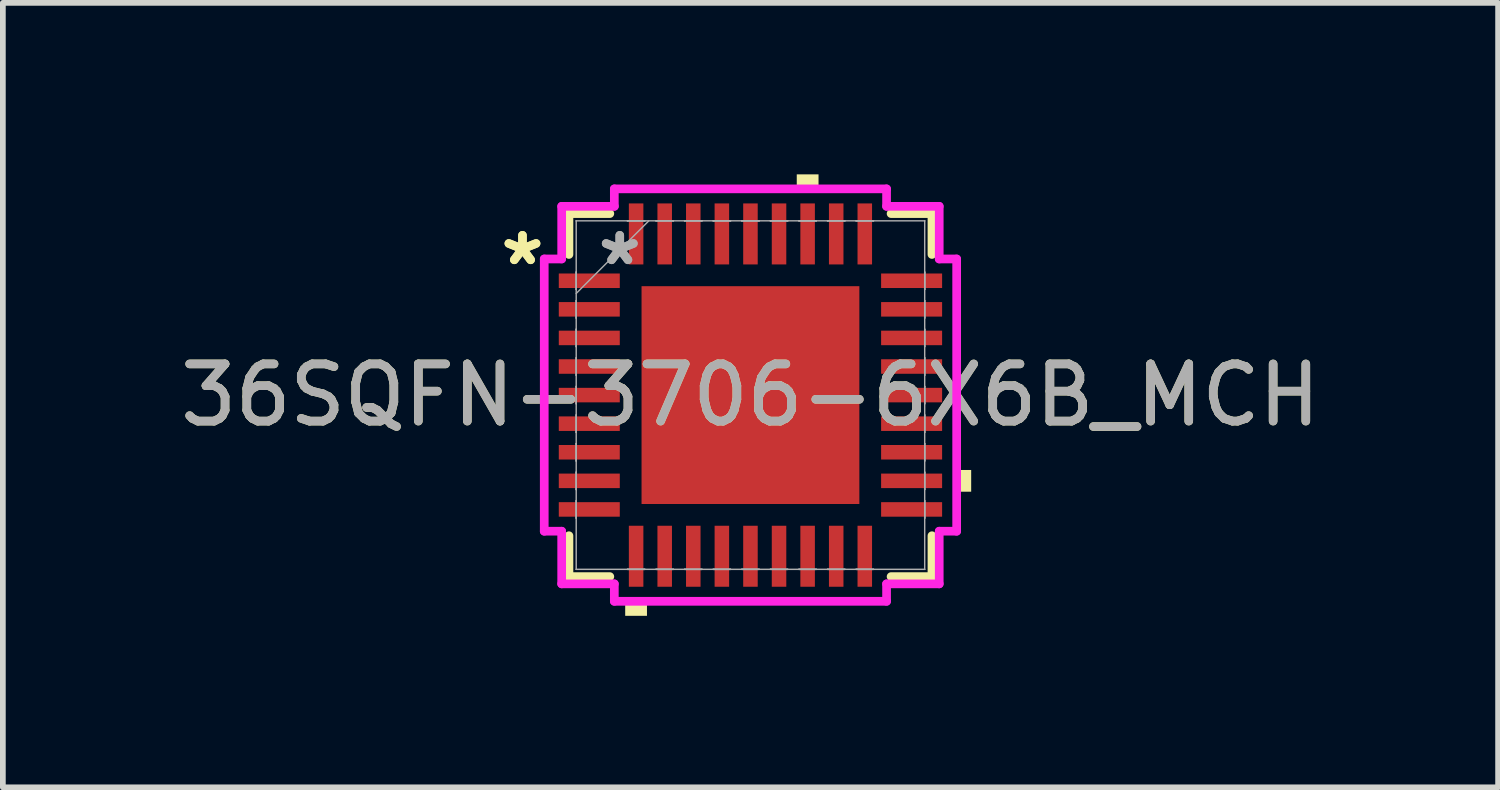
<source format=kicad_pcb>
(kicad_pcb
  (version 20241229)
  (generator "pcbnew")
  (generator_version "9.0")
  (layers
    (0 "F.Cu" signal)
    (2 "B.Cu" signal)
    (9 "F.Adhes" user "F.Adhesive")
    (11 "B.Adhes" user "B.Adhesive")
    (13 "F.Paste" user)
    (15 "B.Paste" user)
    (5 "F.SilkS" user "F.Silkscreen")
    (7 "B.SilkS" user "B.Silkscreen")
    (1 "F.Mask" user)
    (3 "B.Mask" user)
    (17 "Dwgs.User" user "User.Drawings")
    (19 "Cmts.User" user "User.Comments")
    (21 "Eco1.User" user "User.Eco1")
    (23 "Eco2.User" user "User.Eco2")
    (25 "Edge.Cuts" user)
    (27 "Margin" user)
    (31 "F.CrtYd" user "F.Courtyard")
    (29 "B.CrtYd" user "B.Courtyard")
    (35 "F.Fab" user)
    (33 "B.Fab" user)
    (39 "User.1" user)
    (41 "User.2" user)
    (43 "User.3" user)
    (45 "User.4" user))
  (footprint "36SQFN-3706-6X6B_MCH"
    (layer "F.Cu")
    (at 10.077 3.861)
    (property "Reference" "36SQFN-3706-6X6B_MCH" (at 0 0 0) (unlocked yes) (layer "F.SilkS") (effects (font (size 1 1) (thickness 0.15))))
    (attr smd)
    (fp_line (start -3.175 -3.175) (end -3.175 -2.46) (stroke (width 0.152) (type solid)) (layer "F.SilkS"))
    (fp_line (start -3.175 2.46) (end -3.175 3.175) (stroke (width 0.152) (type solid)) (layer "F.SilkS"))
    (fp_line (start -3.175 3.175) (end -2.46 3.175) (stroke (width 0.152) (type solid)) (layer "F.SilkS"))
    (fp_line (start -2.46 -3.175) (end -3.175 -3.175) (stroke (width 0.152) (type solid)) (layer "F.SilkS"))
    (fp_line (start 2.46 3.175) (end 3.175 3.175) (stroke (width 0.152) (type solid)) (layer "F.SilkS"))
    (fp_line (start 3.175 -3.175) (end 2.46 -3.175) (stroke (width 0.152) (type solid)) (layer "F.SilkS"))
    (fp_line (start 3.175 -2.46) (end 3.175 -3.175) (stroke (width 0.152) (type solid)) (layer "F.SilkS"))
    (fp_line (start 3.175 3.175) (end 3.175 2.46) (stroke (width 0.152) (type solid)) (layer "F.SilkS"))
    (fp_poly (pts (xy -2.191 3.607) (xy -2.191 3.861) (xy -1.81 3.861) (xy -1.81 3.607)) (stroke (width 0) (type solid)) (fill yes) (layer "F.SilkS"))
    (fp_poly (pts (xy 0.81 -3.607) (xy 0.81 -3.861) (xy 1.191 -3.861) (xy 1.191 -3.607)) (stroke (width 0) (type solid)) (fill yes) (layer "F.SilkS"))
    (fp_poly (pts (xy 3.861 1.31) (xy 3.861 1.69) (xy 3.607 1.69) (xy 3.607 1.31)) (stroke (width 0) (type solid)) (fill yes) (layer "F.SilkS"))
    (fp_poly (pts (xy -1.805 -1.805) (xy -1.805 -0.735) (xy -0.735 -0.735) (xy -0.735 -1.805)) (stroke (width 0) (type solid)) (fill yes) (layer "F.Paste"))
    (fp_poly (pts (xy -1.805 -0.535) (xy -1.805 0.535) (xy -0.735 0.535) (xy -0.735 -0.535)) (stroke (width 0) (type solid)) (fill yes) (layer "F.Paste"))
    (fp_poly (pts (xy -1.805 0.735) (xy -1.805 1.805) (xy -0.735 1.805) (xy -0.735 0.735)) (stroke (width 0) (type solid)) (fill yes) (layer "F.Paste"))
    (fp_poly (pts (xy -0.535 -1.805) (xy -0.535 -0.735) (xy 0.535 -0.735) (xy 0.535 -1.805)) (stroke (width 0) (type solid)) (fill yes) (layer "F.Paste"))
    (fp_poly (pts (xy -0.535 -0.535) (xy -0.535 0.535) (xy 0.535 0.535) (xy 0.535 -0.535)) (stroke (width 0) (type solid)) (fill yes) (layer "F.Paste"))
    (fp_poly (pts (xy -0.535 0.735) (xy -0.535 1.805) (xy 0.535 1.805) (xy 0.535 0.735)) (stroke (width 0) (type solid)) (fill yes) (layer "F.Paste"))
    (fp_poly (pts (xy 0.735 -1.805) (xy 0.735 -0.735) (xy 1.805 -0.735) (xy 1.805 -1.805)) (stroke (width 0) (type solid)) (fill yes) (layer "F.Paste"))
    (fp_poly (pts (xy 0.735 -0.535) (xy 0.735 0.535) (xy 1.805 0.535) (xy 1.805 -0.535)) (stroke (width 0) (type solid)) (fill yes) (layer "F.Paste"))
    (fp_poly (pts (xy 0.735 0.735) (xy 0.735 1.805) (xy 1.805 1.805) (xy 1.805 0.735)) (stroke (width 0) (type solid)) (fill yes) (layer "F.Paste"))
    (fp_line (start -3.607 -2.381) (end -3.302 -2.381) (stroke (width 0.152) (type solid)) (layer "F.CrtYd"))
    (fp_line (start -3.607 2.381) (end -3.607 -2.381) (stroke (width 0.152) (type solid)) (layer "F.CrtYd"))
    (fp_line (start -3.302 -3.302) (end -2.381 -3.302) (stroke (width 0.152) (type solid)) (layer "F.CrtYd"))
    (fp_line (start -3.302 -2.381) (end -3.302 -3.302) (stroke (width 0.152) (type solid)) (layer "F.CrtYd"))
    (fp_line (start -3.302 2.381) (end -3.607 2.381) (stroke (width 0.152) (type solid)) (layer "F.CrtYd"))
    (fp_line (start -3.302 3.302) (end -3.302 2.381) (stroke (width 0.152) (type solid)) (layer "F.CrtYd"))
    (fp_line (start -2.381 -3.607) (end 2.381 -3.607) (stroke (width 0.152) (type solid)) (layer "F.CrtYd"))
    (fp_line (start -2.381 -3.302) (end -2.381 -3.607) (stroke (width 0.152) (type solid)) (layer "F.CrtYd"))
    (fp_line (start -2.381 3.302) (end -3.302 3.302) (stroke (width 0.152) (type solid)) (layer "F.CrtYd"))
    (fp_line (start -2.381 3.607) (end -2.381 3.302) (stroke (width 0.152) (type solid)) (layer "F.CrtYd"))
    (fp_line (start 2.381 -3.607) (end 2.381 -3.302) (stroke (width 0.152) (type solid)) (layer "F.CrtYd"))
    (fp_line (start 2.381 -3.302) (end 3.302 -3.302) (stroke (width 0.152) (type solid)) (layer "F.CrtYd"))
    (fp_line (start 2.381 3.302) (end 2.381 3.607) (stroke (width 0.152) (type solid)) (layer "F.CrtYd"))
    (fp_line (start 2.381 3.607) (end -2.381 3.607) (stroke (width 0.152) (type solid)) (layer "F.CrtYd"))
    (fp_line (start 3.302 -3.302) (end 3.302 -2.381) (stroke (width 0.152) (type solid)) (layer "F.CrtYd"))
    (fp_line (start 3.302 -2.381) (end 3.607 -2.381) (stroke (width 0.152) (type solid)) (layer "F.CrtYd"))
    (fp_line (start 3.302 2.381) (end 3.302 3.302) (stroke (width 0.152) (type solid)) (layer "F.CrtYd"))
    (fp_line (start 3.302 3.302) (end 2.381 3.302) (stroke (width 0.152) (type solid)) (layer "F.CrtYd"))
    (fp_line (start 3.607 -2.381) (end 3.607 2.381) (stroke (width 0.152) (type solid)) (layer "F.CrtYd"))
    (fp_line (start 3.607 2.381) (end 3.302 2.381) (stroke (width 0.152) (type solid)) (layer "F.CrtYd"))
    (fp_line (start -3.048 -3.048) (end -3.048 -3.048) (stroke (width 0.025) (type solid)) (layer "F.Fab"))
    (fp_line (start -3.048 -3.048) (end -3.048 3.048) (stroke (width 0.025) (type solid)) (layer "F.Fab"))
    (fp_line (start -3.048 -2.152) (end -3.048 -2.152) (stroke (width 0.025) (type solid)) (layer "F.Fab"))
    (fp_line (start -3.048 -2.152) (end -3.048 -1.848) (stroke (width 0.025) (type solid)) (layer "F.Fab"))
    (fp_line (start -3.048 -1.848) (end -3.048 -2.152) (stroke (width 0.025) (type solid)) (layer "F.Fab"))
    (fp_line (start -3.048 -1.848) (end -3.048 -1.848) (stroke (width 0.025) (type solid)) (layer "F.Fab"))
    (fp_line (start -3.048 -1.778) (end -1.778 -3.048) (stroke (width 0.025) (type solid)) (layer "F.Fab"))
    (fp_line (start -3.048 -1.652) (end -3.048 -1.652) (stroke (width 0.025) (type solid)) (layer "F.Fab"))
    (fp_line (start -3.048 -1.652) (end -3.048 -1.348) (stroke (width 0.025) (type solid)) (layer "F.Fab"))
    (fp_line (start -3.048 -1.348) (end -3.048 -1.652) (stroke (width 0.025) (type solid)) (layer "F.Fab"))
    (fp_line (start -3.048 -1.348) (end -3.048 -1.348) (stroke (width 0.025) (type solid)) (layer "F.Fab"))
    (fp_line (start -3.048 -1.152) (end -3.048 -1.152) (stroke (width 0.025) (type solid)) (layer "F.Fab"))
    (fp_line (start -3.048 -1.152) (end -3.048 -0.848) (stroke (width 0.025) (type solid)) (layer "F.Fab"))
    (fp_line (start -3.048 -0.848) (end -3.048 -1.152) (stroke (width 0.025) (type solid)) (layer "F.Fab"))
    (fp_line (start -3.048 -0.848) (end -3.048 -0.848) (stroke (width 0.025) (type solid)) (layer "F.Fab"))
    (fp_line (start -3.048 -0.652) (end -3.048 -0.652) (stroke (width 0.025) (type solid)) (layer "F.Fab"))
    (fp_line (start -3.048 -0.652) (end -3.048 -0.348) (stroke (width 0.025) (type solid)) (layer "F.Fab"))
    (fp_line (start -3.048 -0.348) (end -3.048 -0.652) (stroke (width 0.025) (type solid)) (layer "F.Fab"))
    (fp_line (start -3.048 -0.348) (end -3.048 -0.348) (stroke (width 0.025) (type solid)) (layer "F.Fab"))
    (fp_line (start -3.048 -0.152) (end -3.048 -0.152) (stroke (width 0.025) (type solid)) (layer "F.Fab"))
    (fp_line (start -3.048 -0.152) (end -3.048 0.152) (stroke (width 0.025) (type solid)) (layer "F.Fab"))
    (fp_line (start -3.048 0.152) (end -3.048 -0.152) (stroke (width 0.025) (type solid)) (layer "F.Fab"))
    (fp_line (start -3.048 0.152) (end -3.048 0.152) (stroke (width 0.025) (type solid)) (layer "F.Fab"))
    (fp_line (start -3.048 0.348) (end -3.048 0.348) (stroke (width 0.025) (type solid)) (layer "F.Fab"))
    (fp_line (start -3.048 0.348) (end -3.048 0.652) (stroke (width 0.025) (type solid)) (layer "F.Fab"))
    (fp_line (start -3.048 0.652) (end -3.048 0.348) (stroke (width 0.025) (type solid)) (layer "F.Fab"))
    (fp_line (start -3.048 0.652) (end -3.048 0.652) (stroke (width 0.025) (type solid)) (layer "F.Fab"))
    (fp_line (start -3.048 0.848) (end -3.048 0.848) (stroke (width 0.025) (type solid)) (layer "F.Fab"))
    (fp_line (start -3.048 0.848) (end -3.048 1.152) (stroke (width 0.025) (type solid)) (layer "F.Fab"))
    (fp_line (start -3.048 1.152) (end -3.048 0.848) (stroke (width 0.025) (type solid)) (layer "F.Fab"))
    (fp_line (start -3.048 1.152) (end -3.048 1.152) (stroke (width 0.025) (type solid)) (layer "F.Fab"))
    (fp_line (start -3.048 1.348) (end -3.048 1.348) (stroke (width 0.025) (type solid)) (layer "F.Fab"))
    (fp_line (start -3.048 1.348) (end -3.048 1.652) (stroke (width 0.025) (type solid)) (layer "F.Fab"))
    (fp_line (start -3.048 1.652) (end -3.048 1.348) (stroke (width 0.025) (type solid)) (layer "F.Fab"))
    (fp_line (start -3.048 1.652) (end -3.048 1.652) (stroke (width 0.025) (type solid)) (layer "F.Fab"))
    (fp_line (start -3.048 1.848) (end -3.048 1.848) (stroke (width 0.025) (type solid)) (layer "F.Fab"))
    (fp_line (start -3.048 1.848) (end -3.048 2.152) (stroke (width 0.025) (type solid)) (layer "F.Fab"))
    (fp_line (start -3.048 2.152) (end -3.048 1.848) (stroke (width 0.025) (type solid)) (layer "F.Fab"))
    (fp_line (start -3.048 2.152) (end -3.048 2.152) (stroke (width 0.025) (type solid)) (layer "F.Fab"))
    (fp_line (start -3.048 3.048) (end -3.048 3.048) (stroke (width 0.025) (type solid)) (layer "F.Fab"))
    (fp_line (start -3.048 3.048) (end 3.048 3.048) (stroke (width 0.025) (type solid)) (layer "F.Fab"))
    (fp_line (start -2.152 -3.048) (end -2.152 -3.048) (stroke (width 0.025) (type solid)) (layer "F.Fab"))
    (fp_line (start -2.152 -3.048) (end -1.848 -3.048) (stroke (width 0.025) (type solid)) (layer "F.Fab"))
    (fp_line (start -2.152 3.048) (end -2.152 3.048) (stroke (width 0.025) (type solid)) (layer "F.Fab"))
    (fp_line (start -2.152 3.048) (end -1.848 3.048) (stroke (width 0.025) (type solid)) (layer "F.Fab"))
    (fp_line (start -1.848 -3.048) (end -2.152 -3.048) (stroke (width 0.025) (type solid)) (layer "F.Fab"))
    (fp_line (start -1.848 -3.048) (end -1.848 -3.048) (stroke (width 0.025) (type solid)) (layer "F.Fab"))
    (fp_line (start -1.848 3.048) (end -2.152 3.048) (stroke (width 0.025) (type solid)) (layer "F.Fab"))
    (fp_line (start -1.848 3.048) (end -1.848 3.048) (stroke (width 0.025) (type solid)) (layer "F.Fab"))
    (fp_line (start -1.652 -3.048) (end -1.652 -3.048) (stroke (width 0.025) (type solid)) (layer "F.Fab"))
    (fp_line (start -1.652 -3.048) (end -1.348 -3.048) (stroke (width 0.025) (type solid)) (layer "F.Fab"))
    (fp_line (start -1.652 3.048) (end -1.652 3.048) (stroke (width 0.025) (type solid)) (layer "F.Fab"))
    (fp_line (start -1.652 3.048) (end -1.348 3.048) (stroke (width 0.025) (type solid)) (layer "F.Fab"))
    (fp_line (start -1.348 -3.048) (end -1.652 -3.048) (stroke (width 0.025) (type solid)) (layer "F.Fab"))
    (fp_line (start -1.348 -3.048) (end -1.348 -3.048) (stroke (width 0.025) (type solid)) (layer "F.Fab"))
    (fp_line (start -1.348 3.048) (end -1.652 3.048) (stroke (width 0.025) (type solid)) (layer "F.Fab"))
    (fp_line (start -1.348 3.048) (end -1.348 3.048) (stroke (width 0.025) (type solid)) (layer "F.Fab"))
    (fp_line (start -1.152 -3.048) (end -1.152 -3.048) (stroke (width 0.025) (type solid)) (layer "F.Fab"))
    (fp_line (start -1.152 -3.048) (end -0.848 -3.048) (stroke (width 0.025) (type solid)) (layer "F.Fab"))
    (fp_line (start -1.152 3.048) (end -1.152 3.048) (stroke (width 0.025) (type solid)) (layer "F.Fab"))
    (fp_line (start -1.152 3.048) (end -0.848 3.048) (stroke (width 0.025) (type solid)) (layer "F.Fab"))
    (fp_line (start -0.848 -3.048) (end -1.152 -3.048) (stroke (width 0.025) (type solid)) (layer "F.Fab"))
    (fp_line (start -0.848 -3.048) (end -0.848 -3.048) (stroke (width 0.025) (type solid)) (layer "F.Fab"))
    (fp_line (start -0.848 3.048) (end -1.152 3.048) (stroke (width 0.025) (type solid)) (layer "F.Fab"))
    (fp_line (start -0.848 3.048) (end -0.848 3.048) (stroke (width 0.025) (type solid)) (layer "F.Fab"))
    (fp_line (start -0.652 -3.048) (end -0.652 -3.048) (stroke (width 0.025) (type solid)) (layer "F.Fab"))
    (fp_line (start -0.652 -3.048) (end -0.348 -3.048) (stroke (width 0.025) (type solid)) (layer "F.Fab"))
    (fp_line (start -0.652 3.048) (end -0.652 3.048) (stroke (width 0.025) (type solid)) (layer "F.Fab"))
    (fp_line (start -0.652 3.048) (end -0.348 3.048) (stroke (width 0.025) (type solid)) (layer "F.Fab"))
    (fp_line (start -0.348 -3.048) (end -0.652 -3.048) (stroke (width 0.025) (type solid)) (layer "F.Fab"))
    (fp_line (start -0.348 -3.048) (end -0.348 -3.048) (stroke (width 0.025) (type solid)) (layer "F.Fab"))
    (fp_line (start -0.348 3.048) (end -0.652 3.048) (stroke (width 0.025) (type solid)) (layer "F.Fab"))
    (fp_line (start -0.348 3.048) (end -0.348 3.048) (stroke (width 0.025) (type solid)) (layer "F.Fab"))
    (fp_line (start -0.152 -3.048) (end -0.152 -3.048) (stroke (width 0.025) (type solid)) (layer "F.Fab"))
    (fp_line (start -0.152 -3.048) (end 0.152 -3.048) (stroke (width 0.025) (type solid)) (layer "F.Fab"))
    (fp_line (start -0.152 3.048) (end -0.152 3.048) (stroke (width 0.025) (type solid)) (layer "F.Fab"))
    (fp_line (start -0.152 3.048) (end 0.152 3.048) (stroke (width 0.025) (type solid)) (layer "F.Fab"))
    (fp_line (start 0.152 -3.048) (end -0.152 -3.048) (stroke (width 0.025) (type solid)) (layer "F.Fab"))
    (fp_line (start 0.152 -3.048) (end 0.152 -3.048) (stroke (width 0.025) (type solid)) (layer "F.Fab"))
    (fp_line (start 0.152 3.048) (end -0.152 3.048) (stroke (width 0.025) (type solid)) (layer "F.Fab"))
    (fp_line (start 0.152 3.048) (end 0.152 3.048) (stroke (width 0.025) (type solid)) (layer "F.Fab"))
    (fp_line (start 0.348 -3.048) (end 0.348 -3.048) (stroke (width 0.025) (type solid)) (layer "F.Fab"))
    (fp_line (start 0.348 -3.048) (end 0.652 -3.048) (stroke (width 0.025) (type solid)) (layer "F.Fab"))
    (fp_line (start 0.348 3.048) (end 0.348 3.048) (stroke (width 0.025) (type solid)) (layer "F.Fab"))
    (fp_line (start 0.348 3.048) (end 0.652 3.048) (stroke (width 0.025) (type solid)) (layer "F.Fab"))
    (fp_line (start 0.652 -3.048) (end 0.348 -3.048) (stroke (width 0.025) (type solid)) (layer "F.Fab"))
    (fp_line (start 0.652 -3.048) (end 0.652 -3.048) (stroke (width 0.025) (type solid)) (layer "F.Fab"))
    (fp_line (start 0.652 3.048) (end 0.348 3.048) (stroke (width 0.025) (type solid)) (layer "F.Fab"))
    (fp_line (start 0.652 3.048) (end 0.652 3.048) (stroke (width 0.025) (type solid)) (layer "F.Fab"))
    (fp_line (start 0.848 -3.048) (end 0.848 -3.048) (stroke (width 0.025) (type solid)) (layer "F.Fab"))
    (fp_line (start 0.848 -3.048) (end 1.152 -3.048) (stroke (width 0.025) (type solid)) (layer "F.Fab"))
    (fp_line (start 0.848 3.048) (end 0.848 3.048) (stroke (width 0.025) (type solid)) (layer "F.Fab"))
    (fp_line (start 0.848 3.048) (end 1.152 3.048) (stroke (width 0.025) (type solid)) (layer "F.Fab"))
    (fp_line (start 1.152 -3.048) (end 0.848 -3.048) (stroke (width 0.025) (type solid)) (layer "F.Fab"))
    (fp_line (start 1.152 -3.048) (end 1.152 -3.048) (stroke (width 0.025) (type solid)) (layer "F.Fab"))
    (fp_line (start 1.152 3.048) (end 0.848 3.048) (stroke (width 0.025) (type solid)) (layer "F.Fab"))
    (fp_line (start 1.152 3.048) (end 1.152 3.048) (stroke (width 0.025) (type solid)) (layer "F.Fab"))
    (fp_line (start 1.348 -3.048) (end 1.348 -3.048) (stroke (width 0.025) (type solid)) (layer "F.Fab"))
    (fp_line (start 1.348 -3.048) (end 1.652 -3.048) (stroke (width 0.025) (type solid)) (layer "F.Fab"))
    (fp_line (start 1.348 3.048) (end 1.348 3.048) (stroke (width 0.025) (type solid)) (layer "F.Fab"))
    (fp_line (start 1.348 3.048) (end 1.652 3.048) (stroke (width 0.025) (type solid)) (layer "F.Fab"))
    (fp_line (start 1.652 -3.048) (end 1.348 -3.048) (stroke (width 0.025) (type solid)) (layer "F.Fab"))
    (fp_line (start 1.652 -3.048) (end 1.652 -3.048) (stroke (width 0.025) (type solid)) (layer "F.Fab"))
    (fp_line (start 1.652 3.048) (end 1.348 3.048) (stroke (width 0.025) (type solid)) (layer "F.Fab"))
    (fp_line (start 1.652 3.048) (end 1.652 3.048) (stroke (width 0.025) (type solid)) (layer "F.Fab"))
    (fp_line (start 1.848 -3.048) (end 1.848 -3.048) (stroke (width 0.025) (type solid)) (layer "F.Fab"))
    (fp_line (start 1.848 -3.048) (end 2.152 -3.048) (stroke (width 0.025) (type solid)) (layer "F.Fab"))
    (fp_line (start 1.848 3.048) (end 1.848 3.048) (stroke (width 0.025) (type solid)) (layer "F.Fab"))
    (fp_line (start 1.848 3.048) (end 2.152 3.048) (stroke (width 0.025) (type solid)) (layer "F.Fab"))
    (fp_line (start 2.152 -3.048) (end 1.848 -3.048) (stroke (width 0.025) (type solid)) (layer "F.Fab"))
    (fp_line (start 2.152 -3.048) (end 2.152 -3.048) (stroke (width 0.025) (type solid)) (layer "F.Fab"))
    (fp_line (start 2.152 3.048) (end 1.848 3.048) (stroke (width 0.025) (type solid)) (layer "F.Fab"))
    (fp_line (start 2.152 3.048) (end 2.152 3.048) (stroke (width 0.025) (type solid)) (layer "F.Fab"))
    (fp_line (start 3.048 -3.048) (end -3.048 -3.048) (stroke (width 0.025) (type solid)) (layer "F.Fab"))
    (fp_line (start 3.048 -3.048) (end 3.048 -3.048) (stroke (width 0.025) (type solid)) (layer "F.Fab"))
    (fp_line (start 3.048 -2.152) (end 3.048 -2.152) (stroke (width 0.025) (type solid)) (layer "F.Fab"))
    (fp_line (start 3.048 -2.152) (end 3.048 -1.848) (stroke (width 0.025) (type solid)) (layer "F.Fab"))
    (fp_line (start 3.048 -1.848) (end 3.048 -2.152) (stroke (width 0.025) (type solid)) (layer "F.Fab"))
    (fp_line (start 3.048 -1.848) (end 3.048 -1.848) (stroke (width 0.025) (type solid)) (layer "F.Fab"))
    (fp_line (start 3.048 -1.652) (end 3.048 -1.652) (stroke (width 0.025) (type solid)) (layer "F.Fab"))
    (fp_line (start 3.048 -1.652) (end 3.048 -1.348) (stroke (width 0.025) (type solid)) (layer "F.Fab"))
    (fp_line (start 3.048 -1.348) (end 3.048 -1.652) (stroke (width 0.025) (type solid)) (layer "F.Fab"))
    (fp_line (start 3.048 -1.348) (end 3.048 -1.348) (stroke (width 0.025) (type solid)) (layer "F.Fab"))
    (fp_line (start 3.048 -1.152) (end 3.048 -1.152) (stroke (width 0.025) (type solid)) (layer "F.Fab"))
    (fp_line (start 3.048 -1.152) (end 3.048 -0.848) (stroke (width 0.025) (type solid)) (layer "F.Fab"))
    (fp_line (start 3.048 -0.848) (end 3.048 -1.152) (stroke (width 0.025) (type solid)) (layer "F.Fab"))
    (fp_line (start 3.048 -0.848) (end 3.048 -0.848) (stroke (width 0.025) (type solid)) (layer "F.Fab"))
    (fp_line (start 3.048 -0.652) (end 3.048 -0.652) (stroke (width 0.025) (type solid)) (layer "F.Fab"))
    (fp_line (start 3.048 -0.652) (end 3.048 -0.348) (stroke (width 0.025) (type solid)) (layer "F.Fab"))
    (fp_line (start 3.048 -0.348) (end 3.048 -0.652) (stroke (width 0.025) (type solid)) (layer "F.Fab"))
    (fp_line (start 3.048 -0.348) (end 3.048 -0.348) (stroke (width 0.025) (type solid)) (layer "F.Fab"))
    (fp_line (start 3.048 -0.152) (end 3.048 -0.152) (stroke (width 0.025) (type solid)) (layer "F.Fab"))
    (fp_line (start 3.048 -0.152) (end 3.048 0.152) (stroke (width 0.025) (type solid)) (layer "F.Fab"))
    (fp_line (start 3.048 0.152) (end 3.048 -0.152) (stroke (width 0.025) (type solid)) (layer "F.Fab"))
    (fp_line (start 3.048 0.152) (end 3.048 0.152) (stroke (width 0.025) (type solid)) (layer "F.Fab"))
    (fp_line (start 3.048 0.348) (end 3.048 0.348) (stroke (width 0.025) (type solid)) (layer "F.Fab"))
    (fp_line (start 3.048 0.348) (end 3.048 0.652) (stroke (width 0.025) (type solid)) (layer "F.Fab"))
    (fp_line (start 3.048 0.652) (end 3.048 0.348) (stroke (width 0.025) (type solid)) (layer "F.Fab"))
    (fp_line (start 3.048 0.652) (end 3.048 0.652) (stroke (width 0.025) (type solid)) (layer "F.Fab"))
    (fp_line (start 3.048 0.848) (end 3.048 0.848) (stroke (width 0.025) (type solid)) (layer "F.Fab"))
    (fp_line (start 3.048 0.848) (end 3.048 1.152) (stroke (width 0.025) (type solid)) (layer "F.Fab"))
    (fp_line (start 3.048 1.152) (end 3.048 0.848) (stroke (width 0.025) (type solid)) (layer "F.Fab"))
    (fp_line (start 3.048 1.152) (end 3.048 1.152) (stroke (width 0.025) (type solid)) (layer "F.Fab"))
    (fp_line (start 3.048 1.348) (end 3.048 1.348) (stroke (width 0.025) (type solid)) (layer "F.Fab"))
    (fp_line (start 3.048 1.348) (end 3.048 1.652) (stroke (width 0.025) (type solid)) (layer "F.Fab"))
    (fp_line (start 3.048 1.652) (end 3.048 1.348) (stroke (width 0.025) (type solid)) (layer "F.Fab"))
    (fp_line (start 3.048 1.652) (end 3.048 1.652) (stroke (width 0.025) (type solid)) (layer "F.Fab"))
    (fp_line (start 3.048 1.848) (end 3.048 1.848) (stroke (width 0.025) (type solid)) (layer "F.Fab"))
    (fp_line (start 3.048 1.848) (end 3.048 2.152) (stroke (width 0.025) (type solid)) (layer "F.Fab"))
    (fp_line (start 3.048 2.152) (end 3.048 1.848) (stroke (width 0.025) (type solid)) (layer "F.Fab"))
    (fp_line (start 3.048 2.152) (end 3.048 2.152) (stroke (width 0.025) (type solid)) (layer "F.Fab"))
    (fp_line (start 3.048 3.048) (end 3.048 -3.048) (stroke (width 0.025) (type solid)) (layer "F.Fab"))
    (fp_line (start 3.048 3.048) (end 3.048 3.048) (stroke (width 0.025) (type solid)) (layer "F.Fab"))
    (fp_text user "*" (at -3.988 -2.25 0) (layer "F.SilkS") (effects (font (size 1 1) (thickness 0.15))))
    (fp_text user "*" (at -3.988 -2.25 0) (unlocked yes) (layer "F.SilkS") (effects (font (size 1 1) (thickness 0.15))))
    (fp_text user "${REFERENCE}" (at 0 0 0) (unlocked yes) (layer "F.Fab") (effects (font (size 1 1) (thickness 0.15))))
    (fp_text user "*" (at -2.286 -2.25 0) (unlocked yes) (layer "F.Fab") (effects (font (size 1 1) (thickness 0.15))))
    (fp_text user "*" (at -2.286 -2.25 0) (layer "F.Fab") (effects (font (size 1 1) (thickness 0.15))))
    (pad "1" smd rect (at -2.819 -2 90) (size 0.254 1.067) (layers "F.Cu" "F.Mask" "F.Paste"))
    (pad "2" smd rect (at -2.819 -1.5 90) (size 0.254 1.067) (layers "F.Cu" "F.Mask" "F.Paste"))
    (pad "3" smd rect (at -2.819 -1 90) (size 0.254 1.067) (layers "F.Cu" "F.Mask" "F.Paste"))
    (pad "4" smd rect (at -2.819 -0.5 90) (size 0.254 1.067) (layers "F.Cu" "F.Mask" "F.Paste"))
    (pad "5" smd rect (at -2.819 0 90) (size 0.254 1.067) (layers "F.Cu" "F.Mask" "F.Paste"))
    (pad "6" smd rect (at -2.819 0.5 90) (size 0.254 1.067) (layers "F.Cu" "F.Mask" "F.Paste"))
    (pad "7" smd rect (at -2.819 1 90) (size 0.254 1.067) (layers "F.Cu" "F.Mask" "F.Paste"))
    (pad "8" smd rect (at -2.819 1.5 90) (size 0.254 1.067) (layers "F.Cu" "F.Mask" "F.Paste"))
    (pad "9" smd rect (at -2.819 2 90) (size 0.254 1.067) (layers "F.Cu" "F.Mask" "F.Paste"))
    (pad "10" smd rect (at -2 2.819) (size 0.254 1.067) (layers "F.Cu" "F.Mask" "F.Paste"))
    (pad "11" smd rect (at -1.5 2.819) (size 0.254 1.067) (layers "F.Cu" "F.Mask" "F.Paste"))
    (pad "12" smd rect (at -1 2.819) (size 0.254 1.067) (layers "F.Cu" "F.Mask" "F.Paste"))
    (pad "13" smd rect (at -0.5 2.819) (size 0.254 1.067) (layers "F.Cu" "F.Mask" "F.Paste"))
    (pad "14" smd rect (at 0 2.819) (size 0.254 1.067) (layers "F.Cu" "F.Mask" "F.Paste"))
    (pad "15" smd rect (at 0.5 2.819) (size 0.254 1.067) (layers "F.Cu" "F.Mask" "F.Paste"))
    (pad "16" smd rect (at 1 2.819) (size 0.254 1.067) (layers "F.Cu" "F.Mask" "F.Paste"))
    (pad "17" smd rect (at 1.5 2.819) (size 0.254 1.067) (layers "F.Cu" "F.Mask" "F.Paste"))
    (pad "18" smd rect (at 2 2.819) (size 0.254 1.067) (layers "F.Cu" "F.Mask" "F.Paste"))
    (pad "19" smd rect (at 2.819 2 90) (size 0.254 1.067) (layers "F.Cu" "F.Mask" "F.Paste"))
    (pad "20" smd rect (at 2.819 1.5 90) (size 0.254 1.067) (layers "F.Cu" "F.Mask" "F.Paste"))
    (pad "21" smd rect (at 2.819 1 90) (size 0.254 1.067) (layers "F.Cu" "F.Mask" "F.Paste"))
    (pad "22" smd rect (at 2.819 0.5 90) (size 0.254 1.067) (layers "F.Cu" "F.Mask" "F.Paste"))
    (pad "23" smd rect (at 2.819 0 90) (size 0.254 1.067) (layers "F.Cu" "F.Mask" "F.Paste"))
    (pad "24" smd rect (at 2.819 -0.5 90) (size 0.254 1.067) (layers "F.Cu" "F.Mask" "F.Paste"))
    (pad "25" smd rect (at 2.819 -1 90) (size 0.254 1.067) (layers "F.Cu" "F.Mask" "F.Paste"))
    (pad "26" smd rect (at 2.819 -1.5 90) (size 0.254 1.067) (layers "F.Cu" "F.Mask" "F.Paste"))
    (pad "27" smd rect (at 2.819 -2 90) (size 0.254 1.067) (layers "F.Cu" "F.Mask" "F.Paste"))
    (pad "28" smd rect (at 2 -2.819) (size 0.254 1.067) (layers "F.Cu" "F.Mask" "F.Paste"))
    (pad "29" smd rect (at 1.5 -2.819) (size 0.254 1.067) (layers "F.Cu" "F.Mask" "F.Paste"))
    (pad "30" smd rect (at 1 -2.819) (size 0.254 1.067) (layers "F.Cu" "F.Mask" "F.Paste"))
    (pad "31" smd rect (at 0.5 -2.819) (size 0.254 1.067) (layers "F.Cu" "F.Mask" "F.Paste"))
    (pad "32" smd rect (at 0 -2.819) (size 0.254 1.067) (layers "F.Cu" "F.Mask" "F.Paste"))
    (pad "33" smd rect (at -0.5 -2.819) (size 0.254 1.067) (layers "F.Cu" "F.Mask" "F.Paste"))
    (pad "34" smd rect (at -1 -2.819) (size 0.254 1.067) (layers "F.Cu" "F.Mask" "F.Paste"))
    (pad "35" smd rect (at -1.5 -2.819) (size 0.254 1.067) (layers "F.Cu" "F.Mask" "F.Paste"))
    (pad "36" smd rect (at -2 -2.819) (size 0.254 1.067) (layers "F.Cu" "F.Mask" "F.Paste"))
    (pad "37" smd rect (at 0 0) (size 3.81 3.81) (layers "F.Cu" "F.Mask" "F.Paste")))
  (gr_rect
    (start -3 -3)
    (end 23.155 10.722)
    (stroke (width 0.1) (type default))
    (fill no)
    (layer "Edge.Cuts")))
</source>
